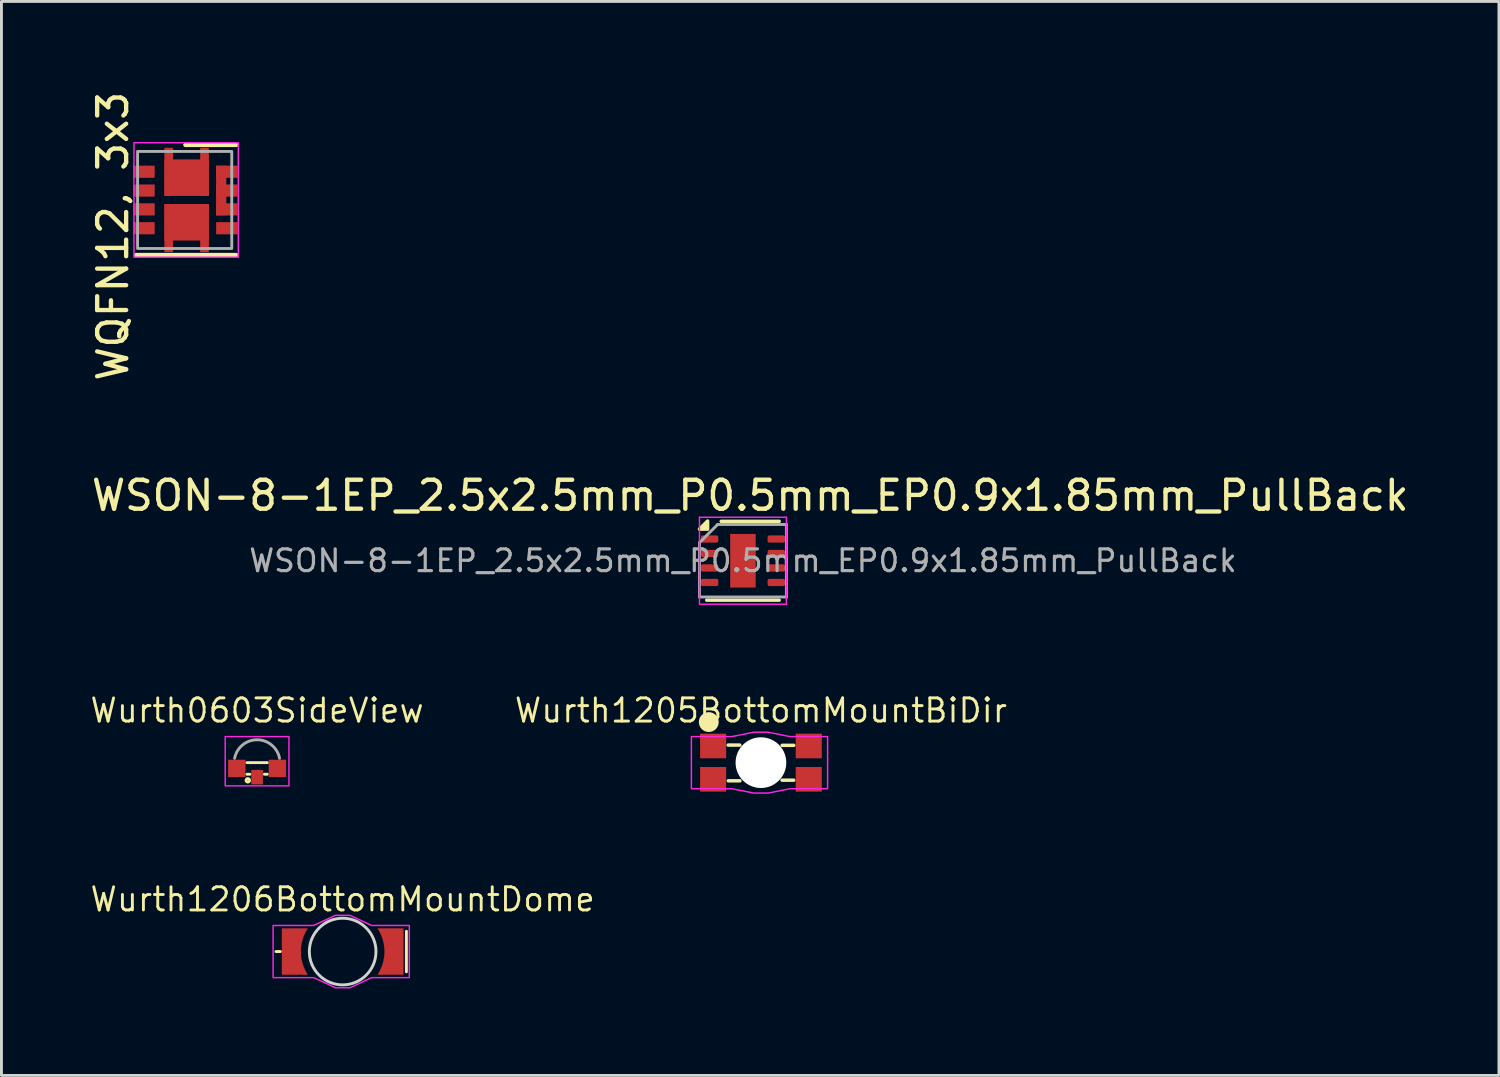
<source format=kicad_pcb>
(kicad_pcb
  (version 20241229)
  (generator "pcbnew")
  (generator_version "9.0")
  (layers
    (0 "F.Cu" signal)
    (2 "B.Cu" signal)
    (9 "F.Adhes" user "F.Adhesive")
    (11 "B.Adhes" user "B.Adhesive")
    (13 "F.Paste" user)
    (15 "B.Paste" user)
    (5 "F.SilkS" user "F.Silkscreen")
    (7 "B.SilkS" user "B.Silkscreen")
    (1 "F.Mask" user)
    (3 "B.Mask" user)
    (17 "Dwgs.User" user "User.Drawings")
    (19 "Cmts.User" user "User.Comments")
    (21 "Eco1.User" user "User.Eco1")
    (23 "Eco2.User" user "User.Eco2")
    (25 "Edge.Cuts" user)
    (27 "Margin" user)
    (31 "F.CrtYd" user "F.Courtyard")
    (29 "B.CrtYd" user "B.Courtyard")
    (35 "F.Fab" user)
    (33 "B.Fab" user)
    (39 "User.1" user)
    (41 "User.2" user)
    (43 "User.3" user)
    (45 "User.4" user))
  (footprint "WSON-8-1EP_2.5x2.5mm_P0.5mm_EP0.9x1.85mm_PullBack"
    (layer "F.Cu")
    (at 22.589 16.301)
    (property "Reference" "WSON-8-1EP_2.5x2.5mm_P0.5mm_EP0.9x1.85mm_PullBack" (at 0.25 -2.25 0) (layer "F.SilkS") (effects (font (size 1 1) (thickness 0.15))))
    (attr smd)
    (fp_line (start -1.25 1.36) (end 1.25 1.36) (stroke (width 0.12) (type solid)) (layer "F.SilkS"))
    (fp_line (start -0.75 -1.36) (end 1.25 -1.36) (stroke (width 0.12) (type solid)) (layer "F.SilkS"))
    (fp_poly (pts (xy -1.22 -1.09) (xy -1.5 -1.09) (xy -1.22 -1.37) (xy -1.22 -1.09)) (stroke (width 0.12) (type solid)) (fill yes) (layer "F.SilkS"))
    (fp_line (start -1.5 -1.5) (end -1.5 1.5) (stroke (width 0.05) (type solid)) (layer "F.CrtYd"))
    (fp_line (start -1.5 1.5) (end 1.5 1.5) (stroke (width 0.05) (type solid)) (layer "F.CrtYd"))
    (fp_line (start 1.5 -1.5) (end -1.5 -1.5) (stroke (width 0.05) (type solid)) (layer "F.CrtYd"))
    (fp_line (start 1.5 1.5) (end 1.5 -1.5) (stroke (width 0.05) (type solid)) (layer "F.CrtYd"))
    (fp_line (start -1.5 -0.625) (end -0.875 -1.25) (stroke (width 0.1) (type solid)) (layer "F.Fab"))
    (fp_line (start -1.5 1.25) (end -1.5 -0.625) (stroke (width 0.1) (type solid)) (layer "F.Fab"))
    (fp_line (start -0.875 -1.25) (end 1.5 -1.25) (stroke (width 0.1) (type solid)) (layer "F.Fab"))
    (fp_line (start 1.5 -1.25) (end 1.5 1.25) (stroke (width 0.1) (type solid)) (layer "F.Fab"))
    (fp_line (start 1.5 1.25) (end -1.5 1.25) (stroke (width 0.1) (type solid)) (layer "F.Fab"))
    (fp_text user "${REFERENCE}" (at 0 0 0) (layer "F.Fab") (effects (font (size 0.75 0.75) (thickness 0.11))))
    (pad "1" smd roundrect (at -1.15 -0.75) (size 0.6 0.25) (layers "F.Cu" "F.Mask" "F.Paste") (roundrect_rratio 0.25))
    (pad "2" smd roundrect (at -1.15 -0.25) (size 0.6 0.25) (layers "F.Cu" "F.Mask" "F.Paste") (roundrect_rratio 0.25))
    (pad "3" smd roundrect (at -1.15 0.25) (size 0.6 0.25) (layers "F.Cu" "F.Mask" "F.Paste") (roundrect_rratio 0.25))
    (pad "4" smd roundrect (at -1.15 0.75) (size 0.6 0.25) (layers "F.Cu" "F.Mask" "F.Paste") (roundrect_rratio 0.25))
    (pad "5" smd roundrect (at 1.15 0.75) (size 0.6 0.25) (layers "F.Cu" "F.Mask" "F.Paste") (roundrect_rratio 0.25))
    (pad "6" smd roundrect (at 1.15 0.25) (size 0.6 0.25) (layers "F.Cu" "F.Mask" "F.Paste") (roundrect_rratio 0.25))
    (pad "7" smd roundrect (at 1.15 -0.25) (size 0.6 0.25) (layers "F.Cu" "F.Mask" "F.Paste") (roundrect_rratio 0.25))
    (pad "8" smd roundrect (at 1.15 -0.75) (size 0.6 0.25) (layers "F.Cu" "F.Mask" "F.Paste") (roundrect_rratio 0.25))
    (pad "9" smd rect (at 0 0) (size 0.88 1.85) (property pad_prop_heatsink) (layers "F.Cu" "F.Mask")))
  (footprint "Wurth1205BottomMountBiDir"
    (layer "F.Cu")
    (at 23.21 23.269)
    (property "Reference" "Wurth1205BottomMountBiDir" (at 0 -1.8 0) (unlocked yes) (layer "F.SilkS") (effects (font (size 0.8 0.8) (thickness 0.1))))
    (attr smd)
    (fp_line (start -1.13 -0.606) (end -0.73 -0.606) (stroke (width 0.12) (type default)) (layer "F.SilkS"))
    (fp_line (start -0.726 0.627) (end -1.126 0.627) (stroke (width 0.12) (type default)) (layer "F.SilkS"))
    (fp_line (start 0.732 -0.597) (end 1.132 -0.597) (stroke (width 0.12) (type default)) (layer "F.SilkS"))
    (fp_line (start 1.13 0.606) (end 0.73 0.606) (stroke (width 0.12) (type default)) (layer "F.SilkS"))
    (fp_circle (center -1.8 -1.4) (end -1.6 -1.2) (stroke (width 0.12) (type default)) (fill yes) (layer "F.SilkS"))
    (fp_poly (pts (xy -2.4 -0.9) (xy -1 -0.9) (xy -0.25 -1.05) (xy 0.25 -1.05) (xy 1 -0.9) (xy 2.3 -0.9) (xy 2.3 0.9) (xy 1 0.9) (xy 0.25 1.05) (xy -0.25 1.05) (xy -1 0.9) (xy -2.4 0.9)) (stroke (width 0.05) (type solid)) (fill no) (layer "F.CrtYd"))
    (pad "" np_thru_hole circle (at 0 0) (size 1.75 1.75) (drill 1.75) (layers "*.Cu" "*.Mask"))
    (pad "1" smd rect (at -1.65 -0.575 90) (size 0.85 0.9) (layers "F.Cu" "F.Mask" "F.Paste"))
    (pad "2" smd rect (at -1.65 0.575 90) (size 0.85 0.9) (layers "F.Cu" "F.Mask" "F.Paste"))
    (pad "3" smd rect (at 1.65 0.575 90) (size 0.85 0.9) (layers "F.Cu" "F.Mask" "F.Paste"))
    (pad "4" smd rect (at 1.65 -0.575 90) (size 0.85 0.9) (layers "F.Cu" "F.Mask" "F.Paste")))
  (footprint "Wurth0603SideView"
    (layer "F.Cu")
    (at 5.822 23.469)
    (property "Reference" "Wurth0603SideView" (at 0 -2 0) (unlocked yes) (layer "F.SilkS") (effects (font (size 0.8 0.8) (thickness 0.1))))
    (attr smd)
    (fp_line (start -0.35 -0.2) (end 0.35 -0.2) (stroke (width 0.1) (type default)) (layer "F.SilkS"))
    (fp_line (start -0.35 0.2) (end -0.25 0.2) (stroke (width 0.1) (type default)) (layer "F.SilkS"))
    (fp_line (start 0.25 0.2) (end 0.35 0.2) (stroke (width 0.1) (type default)) (layer "F.SilkS"))
    (fp_circle (center -0.321 0.41) (end -0.261 0.41) (stroke (width 0.1) (type default)) (fill no) (layer "F.SilkS"))
    (fp_rect (start -1.1 -1.1) (end 1.1 0.6) (stroke (width 0.05) (type default)) (fill no) (layer "F.CrtYd"))
    (fp_arc (start -0.774999 -0.35) (mid 0 -0.989382) (end 0.774999 -0.35) (stroke (width 0.1) (type default)) (layer "F.Fab"))
    (pad "" smd roundrect (at 0 0.3) (size 0.4 0.5) (property pad_prop_heatsink) (layers "F.Cu" "F.Mask" "F.Paste") (roundrect_rratio 0.02))
    (pad "1" smd roundrect (at -0.7 0) (size 0.6 0.6) (layers "F.Cu" "F.Mask" "F.Paste") (roundrect_rratio 0.02))
    (pad "2" smd roundrect (at 0.7 0) (size 0.6 0.6) (layers "F.Cu" "F.Mask" "F.Paste") (roundrect_rratio 0.02)))
  (footprint "WQFN12, 3x3"
    (layer "F.Cu")
    (at 3.348 3.851)
    (property "Reference" "WQFN12, 3x3" (at -2.5 1.25 90) (layer "F.SilkS") (effects (font (size 1 1) (thickness 0.15))))
    (attr smd)
    (fp_line (start -1.7 1.9) (end 1.75 1.9) (stroke (width 0.15) (type solid)) (layer "F.SilkS"))
    (fp_line (start 0 -1.9) (end 1.75 -1.9) (stroke (width 0.15) (type solid)) (layer "F.SilkS"))
    (fp_rect (start -1.775 1.975) (end 1.825 -1.975) (stroke (width 0.05) (type solid)) (fill no) (layer "F.CrtYd"))
    (fp_rect (start -1.65 1.675) (end 1.6 -1.675) (stroke (width 0.1) (type solid)) (fill no) (layer "F.Fab"))
    (pad "1" smd rect (at -1.43 -0.975) (size 0.74 0.42) (layers "F.Cu" "F.Mask" "F.Paste"))
    (pad "2" smd rect (at -1.43 -0.325) (size 0.74 0.42) (layers "F.Cu" "F.Mask" "F.Paste"))
    (pad "3" smd rect (at -1.43 0.325) (size 0.74 0.42) (layers "F.Cu" "F.Mask" "F.Paste"))
    (pad "4" smd rect (at -1.43 0.975) (size 0.74 0.42) (layers "F.Cu" "F.Mask" "F.Paste"))
    (pad "5" smd rect (at -0.575 0.97 90) (size 1.66 0.3) (layers "F.Cu" "F.Mask" "F.Paste"))
    (pad "5" smd rect (at 0.043 0.77) (size 1.535 1.26) (layers "F.Cu" "F.Mask" "F.Paste"))
    (pad "6" smd rect (at 0.66 0.97 90) (size 1.66 0.3) (layers "F.Cu" "F.Mask" "F.Paste"))
    (pad "7" smd rect (at 1.43 0.975) (size 0.74 0.42) (layers "F.Cu" "F.Mask" "F.Paste"))
    (pad "8" smd rect (at 1.43 0.325) (size 0.74 0.42) (layers "F.Cu" "F.Mask" "F.Paste"))
    (pad "9" smd rect (at 1.43 -0.325) (size 0.74 0.42) (layers "F.Cu" "F.Mask" "F.Paste"))
    (pad "10" smd rect (at 1.236 -0.325) (size 0.352 1.71) (layers "F.Cu" "F.Mask" "F.Paste"))
    (pad "10" smd rect (at 1.43 -0.975) (size 0.74 0.42) (layers "F.Cu" "F.Mask" "F.Paste"))
    (pad "11" smd rect (at 0.043 -0.77) (size 1.535 1.26) (layers "F.Cu" "F.Mask" "F.Paste"))
    (pad "11" smd rect (at 0.66 -0.97 90) (size 1.66 0.3) (layers "F.Cu" "F.Mask" "F.Paste"))
    (pad "12" smd rect (at -0.575 -0.97 90) (size 1.66 0.3) (layers "F.Cu" "F.Mask" "F.Paste")))
  (footprint "Wurth1206BottomMountDome"
    (layer "F.Cu")
    (at 8.775 29.788)
    (property "Reference" "Wurth1206BottomMountDome" (at 0 -1.8 0) (unlocked yes) (layer "F.SilkS") (effects (font (size 0.8 0.8) (thickness 0.1))))
    (attr smd)
    (fp_line (start -2.15 0) (end -2.3 0) (stroke (width 0.1) (type default)) (layer "F.SilkS"))
    (fp_line (start 2.2 -0.7) (end 2.2 0.7) (stroke (width 0.1) (type default)) (layer "F.SilkS"))
    (fp_circle (center 0 0) (end 1.15 0) (stroke (width 0.1) (type default)) (fill no) (layer "Edge.Cuts"))
    (fp_poly (pts (xy -2.4 -0.9) (xy -1 -0.9) (xy -0.25 -1.25) (xy 0.25 -1.25) (xy 1 -0.9) (xy 2.3 -0.9) (xy 2.3 0.9) (xy 1 0.9) (xy 0.25 1.25) (xy -0.25 1.25) (xy -1 0.9) (xy -2.4 0.9)) (stroke (width 0.05) (type solid)) (fill no) (layer "F.CrtYd"))
    (pad "1" smd custom (at -1.8 0) (size 0.4 0.4) (property pad_prop_heatsink) (layers "F.Cu" "F.Mask" "F.Paste") (options (anchor circle)) (primitives (gr_poly (pts (xy -0.2 -0.242) (xy -0.199 -0.245) (xy -0.198 -0.248) (xy -0.195 -0.249) (xy -0.192 -0.25) (xy 0.192 -0.25) (xy 0.195 -0.249) (xy 0.198 -0.248) (xy 0.199 -0.245) (xy 0.2 -0.242) (xy 0.2 0.242) (xy 0.199 0.245) (xy 0.198 0.248) (xy 0.195 0.249) (xy 0.192 0.25) (xy -0.192 0.25) (xy -0.195 0.249) (xy -0.198 0.248) (xy -0.199 0.245) (xy -0.2 0.242)) (width 0) (fill yes)) (gr_poly (pts (arc (start 0.6 -0.8) (mid 0.357779 0) (end 0.6 0.8)) (xy -0.3 0.8) (xy -0.3 -0.8)) (width 0) (fill yes))))
    (pad "2" smd custom (at 1.8 0 180) (size 0.4 0.4) (property pad_prop_heatsink) (layers "F.Cu" "F.Mask" "F.Paste") (options (anchor circle)) (primitives (gr_poly (pts (xy -0.2 -0.242) (xy -0.199 -0.245) (xy -0.198 -0.248) (xy -0.195 -0.249) (xy -0.192 -0.25) (xy 0.192 -0.25) (xy 0.195 -0.249) (xy 0.198 -0.248) (xy 0.199 -0.245) (xy 0.2 -0.242) (xy 0.2 0.242) (xy 0.199 0.245) (xy 0.198 0.248) (xy 0.195 0.249) (xy 0.192 0.25) (xy -0.192 0.25) (xy -0.195 0.249) (xy -0.198 0.248) (xy -0.199 0.245) (xy -0.2 0.242)) (width 0) (fill yes)) (gr_poly (pts (arc (start 0.6 -0.8) (mid 0.357779 0) (end 0.6 0.8)) (xy -0.3 0.8) (xy -0.3 -0.8)) (width 0) (fill yes)))))
  (gr_rect
    (start -3 -3)
    (end 48.679 34.063)
    (stroke (width 0.1) (type default))
    (fill no)
    (layer "Edge.Cuts")))
</source>
